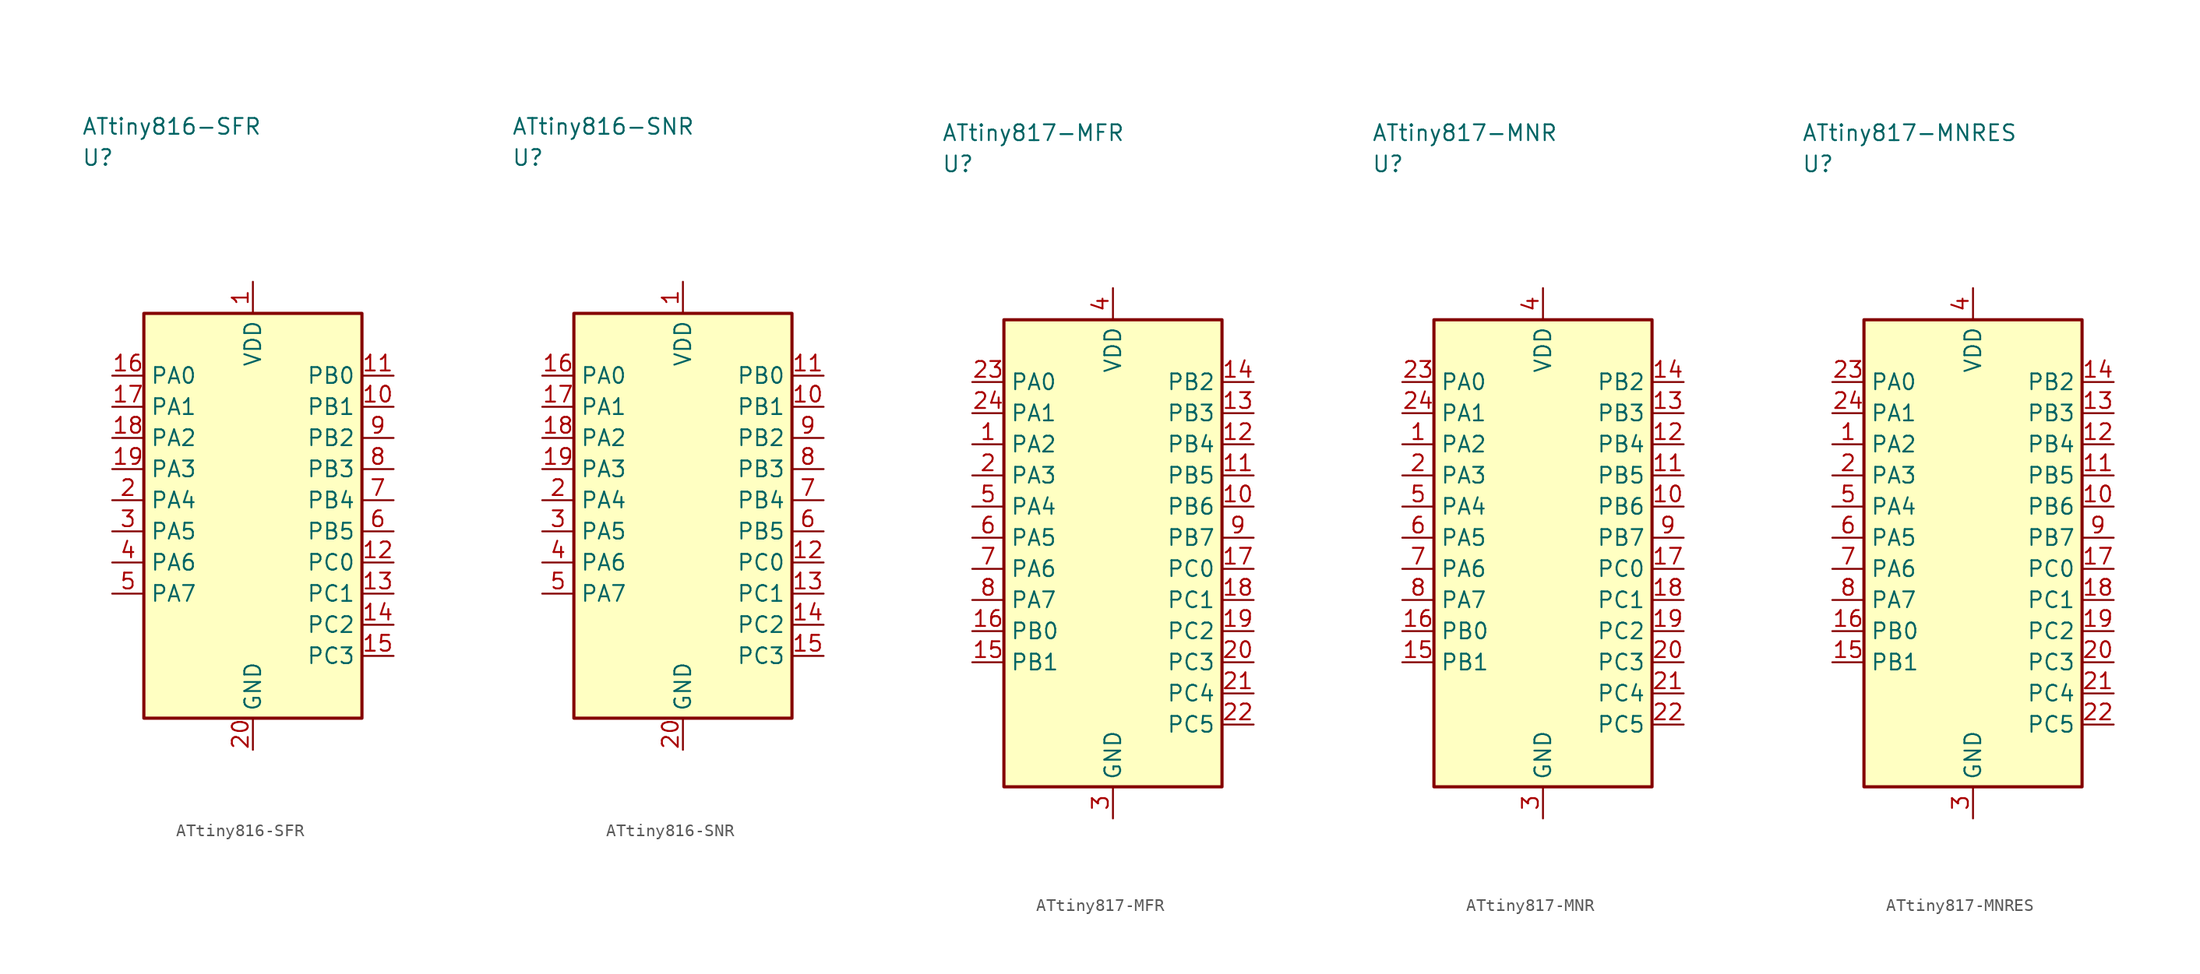
<source format=kicad_sym>
(kicad_symbol_lib
  (version 20241025)
  (generator "kicad_symbol_editor")
  (generator_version "8.0")
  (symbol "ATtiny816-SFR"
    (property "Reference" "U"
      (at -13.75 28.75 0)
      (effects (font (size 1.27 1.27)) (justify left)))
    (property "Value" "ATtiny816-SFR"
      (at -13.75 31.25 0)
      (effects (font (size 1.27 1.27)) (justify left)))
    (symbol "ATtiny816-SFR_0_1"
      (rectangle (start -8.75 16.25) (end 8.75 -16.25) (stroke (width 0.254) (type default)) (fill (type background))))
    (symbol "ATtiny816-SFR_1_1"
      (pin power_in line (at 0.0 18.79 270.0) (length 2.54) (name "VDD" (effects (font (size 1.27 1.27)))) (number "1" (effects (font (size 1.27 1.27)))))
      (pin bidirectional line (at -11.29 1.25 0.0) (length 2.54) (name "PA4" (effects (font (size 1.27 1.27)))) (number "2" (effects (font (size 1.27 1.27)))))
      (pin bidirectional line (at -11.29 -1.25 0.0) (length 2.54) (name "PA5" (effects (font (size 1.27 1.27)))) (number "3" (effects (font (size 1.27 1.27)))))
      (pin bidirectional line (at -11.29 -3.75 0.0) (length 2.54) (name "PA6" (effects (font (size 1.27 1.27)))) (number "4" (effects (font (size 1.27 1.27)))))
      (pin bidirectional line (at -11.29 -6.25 0.0) (length 2.54) (name "PA7" (effects (font (size 1.27 1.27)))) (number "5" (effects (font (size 1.27 1.27)))))
      (pin bidirectional line (at 11.29 -1.25 180.0) (length 2.54) (name "PB5" (effects (font (size 1.27 1.27)))) (number "6" (effects (font (size 1.27 1.27)))))
      (pin bidirectional line (at 11.29 1.25 180.0) (length 2.54) (name "PB4" (effects (font (size 1.27 1.27)))) (number "7" (effects (font (size 1.27 1.27)))))
      (pin bidirectional line (at 11.29 3.75 180.0) (length 2.54) (name "PB3" (effects (font (size 1.27 1.27)))) (number "8" (effects (font (size 1.27 1.27)))))
      (pin bidirectional line (at 11.29 6.25 180.0) (length 2.54) (name "PB2" (effects (font (size 1.27 1.27)))) (number "9" (effects (font (size 1.27 1.27)))))
      (pin bidirectional line (at 11.29 8.75 180.0) (length 2.54) (name "PB1" (effects (font (size 1.27 1.27)))) (number "10" (effects (font (size 1.27 1.27)))))
      (pin bidirectional line (at 11.29 11.25 180.0) (length 2.54) (name "PB0" (effects (font (size 1.27 1.27)))) (number "11" (effects (font (size 1.27 1.27)))))
      (pin bidirectional line (at 11.29 -3.75 180.0) (length 2.54) (name "PC0" (effects (font (size 1.27 1.27)))) (number "12" (effects (font (size 1.27 1.27)))))
      (pin bidirectional line (at 11.29 -6.25 180.0) (length 2.54) (name "PC1" (effects (font (size 1.27 1.27)))) (number "13" (effects (font (size 1.27 1.27)))))
      (pin bidirectional line (at 11.29 -8.75 180.0) (length 2.54) (name "PC2" (effects (font (size 1.27 1.27)))) (number "14" (effects (font (size 1.27 1.27)))))
      (pin bidirectional line (at 11.29 -11.25 180.0) (length 2.54) (name "PC3" (effects (font (size 1.27 1.27)))) (number "15" (effects (font (size 1.27 1.27)))))
      (pin bidirectional line (at -11.29 11.25 0.0) (length 2.54) (name "PA0" (effects (font (size 1.27 1.27)))) (number "16" (effects (font (size 1.27 1.27)))))
      (pin bidirectional line (at -11.29 8.75 0.0) (length 2.54) (name "PA1" (effects (font (size 1.27 1.27)))) (number "17" (effects (font (size 1.27 1.27)))))
      (pin bidirectional line (at -11.29 6.25 0.0) (length 2.54) (name "PA2" (effects (font (size 1.27 1.27)))) (number "18" (effects (font (size 1.27 1.27)))))
      (pin bidirectional line (at -11.29 3.75 0.0) (length 2.54) (name "PA3" (effects (font (size 1.27 1.27)))) (number "19" (effects (font (size 1.27 1.27)))))
      (pin passive line (at 0.0 -18.79 90.0) (length 2.54) (name "GND" (effects (font (size 1.27 1.27)))) (number "20" (effects (font (size 1.27 1.27)))))))
  (symbol "ATtiny816-SNR"
    (property "Reference" "U"
      (at -13.75 28.75 0)
      (effects (font (size 1.27 1.27)) (justify left)))
    (property "Value" "ATtiny816-SNR"
      (at -13.75 31.25 0)
      (effects (font (size 1.27 1.27)) (justify left)))
    (symbol "ATtiny816-SNR_0_1"
      (rectangle (start -8.75 16.25) (end 8.75 -16.25) (stroke (width 0.254) (type default)) (fill (type background))))
    (symbol "ATtiny816-SNR_1_1"
      (pin power_in line (at 0.0 18.79 270.0) (length 2.54) (name "VDD" (effects (font (size 1.27 1.27)))) (number "1" (effects (font (size 1.27 1.27)))))
      (pin bidirectional line (at -11.29 1.25 0.0) (length 2.54) (name "PA4" (effects (font (size 1.27 1.27)))) (number "2" (effects (font (size 1.27 1.27)))))
      (pin bidirectional line (at -11.29 -1.25 0.0) (length 2.54) (name "PA5" (effects (font (size 1.27 1.27)))) (number "3" (effects (font (size 1.27 1.27)))))
      (pin bidirectional line (at -11.29 -3.75 0.0) (length 2.54) (name "PA6" (effects (font (size 1.27 1.27)))) (number "4" (effects (font (size 1.27 1.27)))))
      (pin bidirectional line (at -11.29 -6.25 0.0) (length 2.54) (name "PA7" (effects (font (size 1.27 1.27)))) (number "5" (effects (font (size 1.27 1.27)))))
      (pin bidirectional line (at 11.29 -1.25 180.0) (length 2.54) (name "PB5" (effects (font (size 1.27 1.27)))) (number "6" (effects (font (size 1.27 1.27)))))
      (pin bidirectional line (at 11.29 1.25 180.0) (length 2.54) (name "PB4" (effects (font (size 1.27 1.27)))) (number "7" (effects (font (size 1.27 1.27)))))
      (pin bidirectional line (at 11.29 3.75 180.0) (length 2.54) (name "PB3" (effects (font (size 1.27 1.27)))) (number "8" (effects (font (size 1.27 1.27)))))
      (pin bidirectional line (at 11.29 6.25 180.0) (length 2.54) (name "PB2" (effects (font (size 1.27 1.27)))) (number "9" (effects (font (size 1.27 1.27)))))
      (pin bidirectional line (at 11.29 8.75 180.0) (length 2.54) (name "PB1" (effects (font (size 1.27 1.27)))) (number "10" (effects (font (size 1.27 1.27)))))
      (pin bidirectional line (at 11.29 11.25 180.0) (length 2.54) (name "PB0" (effects (font (size 1.27 1.27)))) (number "11" (effects (font (size 1.27 1.27)))))
      (pin bidirectional line (at 11.29 -3.75 180.0) (length 2.54) (name "PC0" (effects (font (size 1.27 1.27)))) (number "12" (effects (font (size 1.27 1.27)))))
      (pin bidirectional line (at 11.29 -6.25 180.0) (length 2.54) (name "PC1" (effects (font (size 1.27 1.27)))) (number "13" (effects (font (size 1.27 1.27)))))
      (pin bidirectional line (at 11.29 -8.75 180.0) (length 2.54) (name "PC2" (effects (font (size 1.27 1.27)))) (number "14" (effects (font (size 1.27 1.27)))))
      (pin bidirectional line (at 11.29 -11.25 180.0) (length 2.54) (name "PC3" (effects (font (size 1.27 1.27)))) (number "15" (effects (font (size 1.27 1.27)))))
      (pin bidirectional line (at -11.29 11.25 0.0) (length 2.54) (name "PA0" (effects (font (size 1.27 1.27)))) (number "16" (effects (font (size 1.27 1.27)))))
      (pin bidirectional line (at -11.29 8.75 0.0) (length 2.54) (name "PA1" (effects (font (size 1.27 1.27)))) (number "17" (effects (font (size 1.27 1.27)))))
      (pin bidirectional line (at -11.29 6.25 0.0) (length 2.54) (name "PA2" (effects (font (size 1.27 1.27)))) (number "18" (effects (font (size 1.27 1.27)))))
      (pin bidirectional line (at -11.29 3.75 0.0) (length 2.54) (name "PA3" (effects (font (size 1.27 1.27)))) (number "19" (effects (font (size 1.27 1.27)))))
      (pin passive line (at 0.0 -18.79 90.0) (length 2.54) (name "GND" (effects (font (size 1.27 1.27)))) (number "20" (effects (font (size 1.27 1.27)))))))
  (symbol "ATtiny817-MFR"
    (property "Reference" "U"
      (at -13.75 31.25 0)
      (effects (font (size 1.27 1.27)) (justify left)))
    (property "Value" "ATtiny817-MFR"
      (at -13.75 33.75 0)
      (effects (font (size 1.27 1.27)) (justify left)))
    (symbol "ATtiny817-MFR_0_1"
      (rectangle (start -8.75 18.75) (end 8.75 -18.75) (stroke (width 0.254) (type default)) (fill (type background))))
    (symbol "ATtiny817-MFR_1_1"
      (pin bidirectional line (at -11.29 8.75 0.0) (length 2.54) (name "PA2" (effects (font (size 1.27 1.27)))) (number "1" (effects (font (size 1.27 1.27)))))
      (pin bidirectional line (at -11.29 6.25 0.0) (length 2.54) (name "PA3" (effects (font (size 1.27 1.27)))) (number "2" (effects (font (size 1.27 1.27)))))
      (pin passive line (at 0.0 -21.29 90.0) (length 2.54) (name "GND" (effects (font (size 1.27 1.27)))) (number "3" (effects (font (size 1.27 1.27)))))
      (pin power_in line (at 0.0 21.29 270.0) (length 2.54) (name "VDD" (effects (font (size 1.27 1.27)))) (number "4" (effects (font (size 1.27 1.27)))))
      (pin bidirectional line (at -11.29 3.75 0.0) (length 2.54) (name "PA4" (effects (font (size 1.27 1.27)))) (number "5" (effects (font (size 1.27 1.27)))))
      (pin bidirectional line (at -11.29 1.25 0.0) (length 2.54) (name "PA5" (effects (font (size 1.27 1.27)))) (number "6" (effects (font (size 1.27 1.27)))))
      (pin bidirectional line (at -11.29 -1.25 0.0) (length 2.54) (name "PA6" (effects (font (size 1.27 1.27)))) (number "7" (effects (font (size 1.27 1.27)))))
      (pin bidirectional line (at -11.29 -3.75 0.0) (length 2.54) (name "PA7" (effects (font (size 1.27 1.27)))) (number "8" (effects (font (size 1.27 1.27)))))
      (pin bidirectional line (at 11.29 1.25 180.0) (length 2.54) (name "PB7" (effects (font (size 1.27 1.27)))) (number "9" (effects (font (size 1.27 1.27)))))
      (pin bidirectional line (at 11.29 3.75 180.0) (length 2.54) (name "PB6" (effects (font (size 1.27 1.27)))) (number "10" (effects (font (size 1.27 1.27)))))
      (pin bidirectional line (at 11.29 6.25 180.0) (length 2.54) (name "PB5" (effects (font (size 1.27 1.27)))) (number "11" (effects (font (size 1.27 1.27)))))
      (pin bidirectional line (at 11.29 8.75 180.0) (length 2.54) (name "PB4" (effects (font (size 1.27 1.27)))) (number "12" (effects (font (size 1.27 1.27)))))
      (pin bidirectional line (at 11.29 11.25 180.0) (length 2.54) (name "PB3" (effects (font (size 1.27 1.27)))) (number "13" (effects (font (size 1.27 1.27)))))
      (pin bidirectional line (at 11.29 13.75 180.0) (length 2.54) (name "PB2" (effects (font (size 1.27 1.27)))) (number "14" (effects (font (size 1.27 1.27)))))
      (pin bidirectional line (at -11.29 -8.75 0.0) (length 2.54) (name "PB1" (effects (font (size 1.27 1.27)))) (number "15" (effects (font (size 1.27 1.27)))))
      (pin bidirectional line (at -11.29 -6.25 0.0) (length 2.54) (name "PB0" (effects (font (size 1.27 1.27)))) (number "16" (effects (font (size 1.27 1.27)))))
      (pin bidirectional line (at 11.29 -1.25 180.0) (length 2.54) (name "PC0" (effects (font (size 1.27 1.27)))) (number "17" (effects (font (size 1.27 1.27)))))
      (pin bidirectional line (at 11.29 -3.75 180.0) (length 2.54) (name "PC1" (effects (font (size 1.27 1.27)))) (number "18" (effects (font (size 1.27 1.27)))))
      (pin bidirectional line (at 11.29 -6.25 180.0) (length 2.54) (name "PC2" (effects (font (size 1.27 1.27)))) (number "19" (effects (font (size 1.27 1.27)))))
      (pin bidirectional line (at 11.29 -8.75 180.0) (length 2.54) (name "PC3" (effects (font (size 1.27 1.27)))) (number "20" (effects (font (size 1.27 1.27)))))
      (pin bidirectional line (at 11.29 -11.25 180.0) (length 2.54) (name "PC4" (effects (font (size 1.27 1.27)))) (number "21" (effects (font (size 1.27 1.27)))))
      (pin bidirectional line (at 11.29 -13.75 180.0) (length 2.54) (name "PC5" (effects (font (size 1.27 1.27)))) (number "22" (effects (font (size 1.27 1.27)))))
      (pin bidirectional line (at -11.29 13.75 0.0) (length 2.54) (name "PA0" (effects (font (size 1.27 1.27)))) (number "23" (effects (font (size 1.27 1.27)))))
      (pin bidirectional line (at -11.29 11.25 0.0) (length 2.54) (name "PA1" (effects (font (size 1.27 1.27)))) (number "24" (effects (font (size 1.27 1.27)))))))
  (symbol "ATtiny817-MNR"
    (property "Reference" "U"
      (at -13.75 31.25 0)
      (effects (font (size 1.27 1.27)) (justify left)))
    (property "Value" "ATtiny817-MNR"
      (at -13.75 33.75 0)
      (effects (font (size 1.27 1.27)) (justify left)))
    (symbol "ATtiny817-MNR_0_1"
      (rectangle (start -8.75 18.75) (end 8.75 -18.75) (stroke (width 0.254) (type default)) (fill (type background))))
    (symbol "ATtiny817-MNR_1_1"
      (pin bidirectional line (at -11.29 8.75 0.0) (length 2.54) (name "PA2" (effects (font (size 1.27 1.27)))) (number "1" (effects (font (size 1.27 1.27)))))
      (pin bidirectional line (at -11.29 6.25 0.0) (length 2.54) (name "PA3" (effects (font (size 1.27 1.27)))) (number "2" (effects (font (size 1.27 1.27)))))
      (pin passive line (at 0.0 -21.29 90.0) (length 2.54) (name "GND" (effects (font (size 1.27 1.27)))) (number "3" (effects (font (size 1.27 1.27)))))
      (pin power_in line (at 0.0 21.29 270.0) (length 2.54) (name "VDD" (effects (font (size 1.27 1.27)))) (number "4" (effects (font (size 1.27 1.27)))))
      (pin bidirectional line (at -11.29 3.75 0.0) (length 2.54) (name "PA4" (effects (font (size 1.27 1.27)))) (number "5" (effects (font (size 1.27 1.27)))))
      (pin bidirectional line (at -11.29 1.25 0.0) (length 2.54) (name "PA5" (effects (font (size 1.27 1.27)))) (number "6" (effects (font (size 1.27 1.27)))))
      (pin bidirectional line (at -11.29 -1.25 0.0) (length 2.54) (name "PA6" (effects (font (size 1.27 1.27)))) (number "7" (effects (font (size 1.27 1.27)))))
      (pin bidirectional line (at -11.29 -3.75 0.0) (length 2.54) (name "PA7" (effects (font (size 1.27 1.27)))) (number "8" (effects (font (size 1.27 1.27)))))
      (pin bidirectional line (at 11.29 1.25 180.0) (length 2.54) (name "PB7" (effects (font (size 1.27 1.27)))) (number "9" (effects (font (size 1.27 1.27)))))
      (pin bidirectional line (at 11.29 3.75 180.0) (length 2.54) (name "PB6" (effects (font (size 1.27 1.27)))) (number "10" (effects (font (size 1.27 1.27)))))
      (pin bidirectional line (at 11.29 6.25 180.0) (length 2.54) (name "PB5" (effects (font (size 1.27 1.27)))) (number "11" (effects (font (size 1.27 1.27)))))
      (pin bidirectional line (at 11.29 8.75 180.0) (length 2.54) (name "PB4" (effects (font (size 1.27 1.27)))) (number "12" (effects (font (size 1.27 1.27)))))
      (pin bidirectional line (at 11.29 11.25 180.0) (length 2.54) (name "PB3" (effects (font (size 1.27 1.27)))) (number "13" (effects (font (size 1.27 1.27)))))
      (pin bidirectional line (at 11.29 13.75 180.0) (length 2.54) (name "PB2" (effects (font (size 1.27 1.27)))) (number "14" (effects (font (size 1.27 1.27)))))
      (pin bidirectional line (at -11.29 -8.75 0.0) (length 2.54) (name "PB1" (effects (font (size 1.27 1.27)))) (number "15" (effects (font (size 1.27 1.27)))))
      (pin bidirectional line (at -11.29 -6.25 0.0) (length 2.54) (name "PB0" (effects (font (size 1.27 1.27)))) (number "16" (effects (font (size 1.27 1.27)))))
      (pin bidirectional line (at 11.29 -1.25 180.0) (length 2.54) (name "PC0" (effects (font (size 1.27 1.27)))) (number "17" (effects (font (size 1.27 1.27)))))
      (pin bidirectional line (at 11.29 -3.75 180.0) (length 2.54) (name "PC1" (effects (font (size 1.27 1.27)))) (number "18" (effects (font (size 1.27 1.27)))))
      (pin bidirectional line (at 11.29 -6.25 180.0) (length 2.54) (name "PC2" (effects (font (size 1.27 1.27)))) (number "19" (effects (font (size 1.27 1.27)))))
      (pin bidirectional line (at 11.29 -8.75 180.0) (length 2.54) (name "PC3" (effects (font (size 1.27 1.27)))) (number "20" (effects (font (size 1.27 1.27)))))
      (pin bidirectional line (at 11.29 -11.25 180.0) (length 2.54) (name "PC4" (effects (font (size 1.27 1.27)))) (number "21" (effects (font (size 1.27 1.27)))))
      (pin bidirectional line (at 11.29 -13.75 180.0) (length 2.54) (name "PC5" (effects (font (size 1.27 1.27)))) (number "22" (effects (font (size 1.27 1.27)))))
      (pin bidirectional line (at -11.29 13.75 0.0) (length 2.54) (name "PA0" (effects (font (size 1.27 1.27)))) (number "23" (effects (font (size 1.27 1.27)))))
      (pin bidirectional line (at -11.29 11.25 0.0) (length 2.54) (name "PA1" (effects (font (size 1.27 1.27)))) (number "24" (effects (font (size 1.27 1.27)))))))
  (symbol "ATtiny817-MNRES"
    (property "Reference" "U"
      (at -13.75 31.25 0)
      (effects (font (size 1.27 1.27)) (justify left)))
    (property "Value" "ATtiny817-MNRES"
      (at -13.75 33.75 0)
      (effects (font (size 1.27 1.27)) (justify left)))
    (symbol "ATtiny817-MNRES_0_1"
      (rectangle (start -8.75 18.75) (end 8.75 -18.75) (stroke (width 0.254) (type default)) (fill (type background))))
    (symbol "ATtiny817-MNRES_1_1"
      (pin bidirectional line (at -11.29 8.75 0.0) (length 2.54) (name "PA2" (effects (font (size 1.27 1.27)))) (number "1" (effects (font (size 1.27 1.27)))))
      (pin bidirectional line (at -11.29 6.25 0.0) (length 2.54) (name "PA3" (effects (font (size 1.27 1.27)))) (number "2" (effects (font (size 1.27 1.27)))))
      (pin passive line (at 0.0 -21.29 90.0) (length 2.54) (name "GND" (effects (font (size 1.27 1.27)))) (number "3" (effects (font (size 1.27 1.27)))))
      (pin power_in line (at 0.0 21.29 270.0) (length 2.54) (name "VDD" (effects (font (size 1.27 1.27)))) (number "4" (effects (font (size 1.27 1.27)))))
      (pin bidirectional line (at -11.29 3.75 0.0) (length 2.54) (name "PA4" (effects (font (size 1.27 1.27)))) (number "5" (effects (font (size 1.27 1.27)))))
      (pin bidirectional line (at -11.29 1.25 0.0) (length 2.54) (name "PA5" (effects (font (size 1.27 1.27)))) (number "6" (effects (font (size 1.27 1.27)))))
      (pin bidirectional line (at -11.29 -1.25 0.0) (length 2.54) (name "PA6" (effects (font (size 1.27 1.27)))) (number "7" (effects (font (size 1.27 1.27)))))
      (pin bidirectional line (at -11.29 -3.75 0.0) (length 2.54) (name "PA7" (effects (font (size 1.27 1.27)))) (number "8" (effects (font (size 1.27 1.27)))))
      (pin bidirectional line (at 11.29 1.25 180.0) (length 2.54) (name "PB7" (effects (font (size 1.27 1.27)))) (number "9" (effects (font (size 1.27 1.27)))))
      (pin bidirectional line (at 11.29 3.75 180.0) (length 2.54) (name "PB6" (effects (font (size 1.27 1.27)))) (number "10" (effects (font (size 1.27 1.27)))))
      (pin bidirectional line (at 11.29 6.25 180.0) (length 2.54) (name "PB5" (effects (font (size 1.27 1.27)))) (number "11" (effects (font (size 1.27 1.27)))))
      (pin bidirectional line (at 11.29 8.75 180.0) (length 2.54) (name "PB4" (effects (font (size 1.27 1.27)))) (number "12" (effects (font (size 1.27 1.27)))))
      (pin bidirectional line (at 11.29 11.25 180.0) (length 2.54) (name "PB3" (effects (font (size 1.27 1.27)))) (number "13" (effects (font (size 1.27 1.27)))))
      (pin bidirectional line (at 11.29 13.75 180.0) (length 2.54) (name "PB2" (effects (font (size 1.27 1.27)))) (number "14" (effects (font (size 1.27 1.27)))))
      (pin bidirectional line (at -11.29 -8.75 0.0) (length 2.54) (name "PB1" (effects (font (size 1.27 1.27)))) (number "15" (effects (font (size 1.27 1.27)))))
      (pin bidirectional line (at -11.29 -6.25 0.0) (length 2.54) (name "PB0" (effects (font (size 1.27 1.27)))) (number "16" (effects (font (size 1.27 1.27)))))
      (pin bidirectional line (at 11.29 -1.25 180.0) (length 2.54) (name "PC0" (effects (font (size 1.27 1.27)))) (number "17" (effects (font (size 1.27 1.27)))))
      (pin bidirectional line (at 11.29 -3.75 180.0) (length 2.54) (name "PC1" (effects (font (size 1.27 1.27)))) (number "18" (effects (font (size 1.27 1.27)))))
      (pin bidirectional line (at 11.29 -6.25 180.0) (length 2.54) (name "PC2" (effects (font (size 1.27 1.27)))) (number "19" (effects (font (size 1.27 1.27)))))
      (pin bidirectional line (at 11.29 -8.75 180.0) (length 2.54) (name "PC3" (effects (font (size 1.27 1.27)))) (number "20" (effects (font (size 1.27 1.27)))))
      (pin bidirectional line (at 11.29 -11.25 180.0) (length 2.54) (name "PC4" (effects (font (size 1.27 1.27)))) (number "21" (effects (font (size 1.27 1.27)))))
      (pin bidirectional line (at 11.29 -13.75 180.0) (length 2.54) (name "PC5" (effects (font (size 1.27 1.27)))) (number "22" (effects (font (size 1.27 1.27)))))
      (pin bidirectional line (at -11.29 13.75 0.0) (length 2.54) (name "PA0" (effects (font (size 1.27 1.27)))) (number "23" (effects (font (size 1.27 1.27)))))
      (pin bidirectional line (at -11.29 11.25 0.0) (length 2.54) (name "PA1" (effects (font (size 1.27 1.27)))) (number "24" (effects (font (size 1.27 1.27))))))))
</source>
